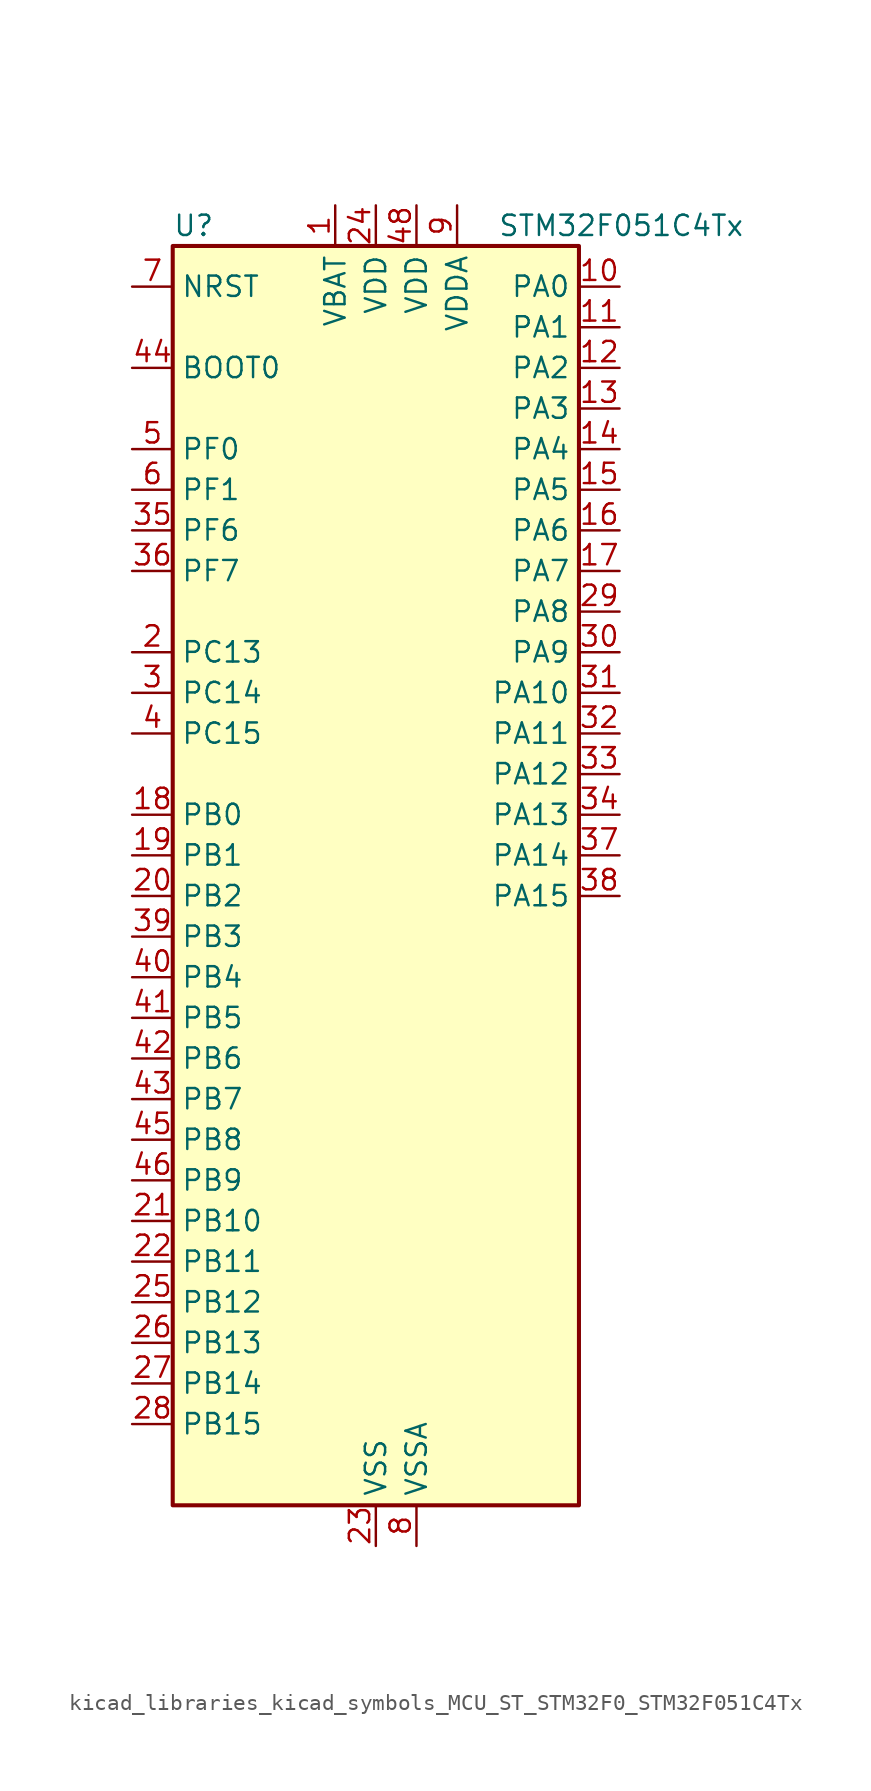
<source format=kicad_sym>
(kicad_symbol_lib
  (version 20220914)
  (generator kicad_symbol_editor)
  (symbol "kicad_libraries_kicad_symbols_MCU_ST_STM32F0_STM32F051C4Tx"
    (property "Reference" "U"
      (at -12.7 41.91 0)
      (effects (font (size 1.27 1.27)) (justify left)))
    (property "Value" "STM32F051C4Tx"
      (at 7.62 41.91 0)
      (effects (font (size 1.27 1.27)) (justify left)))
    (property "ki_locked" ""
      (at 0 0 0)
      (effects (font (size 1.27 1.27))))
    (symbol "kicad_libraries_kicad_symbols_MCU_ST_STM32F0_STM32F051C4Tx_0_1"
      (rectangle (start -12.7 -38.1) (end 12.7 40.64) (stroke (width 0.254) (type default)) (fill (type background))))
    (symbol "kicad_libraries_kicad_symbols_MCU_ST_STM32F0_STM32F051C4Tx_1_1"
      (pin power_in line (at -2.54 43.18 270) (length 2.54) (name "VBAT" (effects (font (size 1.27 1.27)))) (number "1" (effects (font (size 1.27 1.27)))))
      (pin bidirectional line (at 15.24 38.1 180) (length 2.54) (name "PA0" (effects (font (size 1.27 1.27)))) (number "10" (effects (font (size 1.27 1.27)))) (alternate "ADC_IN0" bidirectional line) (alternate "COMP1_INM" bidirectional line) (alternate "COMP1_OUT" bidirectional line) (alternate "RTC_TAMP2" bidirectional line) (alternate "SYS_WKUP1" bidirectional line) (alternate "TIM2_CH1" bidirectional line) (alternate "TIM2_ETR" bidirectional line) (alternate "TSC_G1_IO1" bidirectional line))
      (pin bidirectional line (at 15.24 35.56 180) (length 2.54) (name "PA1" (effects (font (size 1.27 1.27)))) (number "11" (effects (font (size 1.27 1.27)))) (alternate "ADC_IN1" bidirectional line) (alternate "COMP1_INP" bidirectional line) (alternate "TIM2_CH2" bidirectional line) (alternate "TSC_G1_IO2" bidirectional line))
      (pin bidirectional line (at 15.24 33.02 180) (length 2.54) (name "PA2" (effects (font (size 1.27 1.27)))) (number "12" (effects (font (size 1.27 1.27)))) (alternate "ADC_IN2" bidirectional line) (alternate "COMP2_INM" bidirectional line) (alternate "COMP2_OUT" bidirectional line) (alternate "TIM15_CH1" bidirectional line) (alternate "TIM2_CH3" bidirectional line) (alternate "TSC_G1_IO3" bidirectional line))
      (pin bidirectional line (at 15.24 30.48 180) (length 2.54) (name "PA3" (effects (font (size 1.27 1.27)))) (number "13" (effects (font (size 1.27 1.27)))) (alternate "ADC_IN3" bidirectional line) (alternate "COMP2_INP" bidirectional line) (alternate "TIM15_CH2" bidirectional line) (alternate "TIM2_CH4" bidirectional line) (alternate "TSC_G1_IO4" bidirectional line))
      (pin bidirectional line (at 15.24 27.94 180) (length 2.54) (name "PA4" (effects (font (size 1.27 1.27)))) (number "14" (effects (font (size 1.27 1.27)))) (alternate "ADC_IN4" bidirectional line) (alternate "COMP1_INM" bidirectional line) (alternate "COMP2_INM" bidirectional line) (alternate "DAC1_OUT1" bidirectional line) (alternate "I2S1_WS" bidirectional line) (alternate "SPI1_NSS" bidirectional line) (alternate "TIM14_CH1" bidirectional line) (alternate "TSC_G2_IO1" bidirectional line))
      (pin bidirectional line (at 15.24 25.4 180) (length 2.54) (name "PA5" (effects (font (size 1.27 1.27)))) (number "15" (effects (font (size 1.27 1.27)))) (alternate "ADC_IN5" bidirectional line) (alternate "CEC" bidirectional line) (alternate "COMP1_INM" bidirectional line) (alternate "COMP2_INM" bidirectional line) (alternate "I2S1_CK" bidirectional line) (alternate "SPI1_SCK" bidirectional line) (alternate "TIM2_CH1" bidirectional line) (alternate "TIM2_ETR" bidirectional line) (alternate "TSC_G2_IO2" bidirectional line))
      (pin bidirectional line (at 15.24 22.86 180) (length 2.54) (name "PA6" (effects (font (size 1.27 1.27)))) (number "16" (effects (font (size 1.27 1.27)))) (alternate "ADC_IN6" bidirectional line) (alternate "COMP1_OUT" bidirectional line) (alternate "I2S1_MCK" bidirectional line) (alternate "SPI1_MISO" bidirectional line) (alternate "TIM16_CH1" bidirectional line) (alternate "TIM1_BKIN" bidirectional line) (alternate "TIM3_CH1" bidirectional line) (alternate "TSC_G2_IO3" bidirectional line))
      (pin bidirectional line (at 15.24 20.32 180) (length 2.54) (name "PA7" (effects (font (size 1.27 1.27)))) (number "17" (effects (font (size 1.27 1.27)))) (alternate "ADC_IN7" bidirectional line) (alternate "COMP2_OUT" bidirectional line) (alternate "I2S1_SD" bidirectional line) (alternate "SPI1_MOSI" bidirectional line) (alternate "TIM14_CH1" bidirectional line) (alternate "TIM17_CH1" bidirectional line) (alternate "TIM1_CH1N" bidirectional line) (alternate "TIM3_CH2" bidirectional line) (alternate "TSC_G2_IO4" bidirectional line))
      (pin bidirectional line (at -15.24 5.08 0) (length 2.54) (name "PB0" (effects (font (size 1.27 1.27)))) (number "18" (effects (font (size 1.27 1.27)))) (alternate "ADC_IN8" bidirectional line) (alternate "TIM1_CH2N" bidirectional line) (alternate "TIM3_CH3" bidirectional line) (alternate "TSC_G3_IO2" bidirectional line))
      (pin bidirectional line (at -15.24 2.54 0) (length 2.54) (name "PB1" (effects (font (size 1.27 1.27)))) (number "19" (effects (font (size 1.27 1.27)))) (alternate "ADC_IN9" bidirectional line) (alternate "TIM14_CH1" bidirectional line) (alternate "TIM1_CH3N" bidirectional line) (alternate "TIM3_CH4" bidirectional line) (alternate "TSC_G3_IO3" bidirectional line))
      (pin bidirectional line (at -15.24 15.24 0) (length 2.54) (name "PC13" (effects (font (size 1.27 1.27)))) (number "2" (effects (font (size 1.27 1.27)))) (alternate "RTC_OUT_ALARM" bidirectional line) (alternate "RTC_OUT_CALIB" bidirectional line) (alternate "RTC_TAMP1" bidirectional line) (alternate "RTC_TS" bidirectional line) (alternate "SYS_WKUP2" bidirectional line))
      (pin bidirectional line (at -15.24 0 0) (length 2.54) (name "PB2" (effects (font (size 1.27 1.27)))) (number "20" (effects (font (size 1.27 1.27)))) (alternate "TSC_G3_IO4" bidirectional line))
      (pin bidirectional line (at -15.24 -20.32 0) (length 2.54) (name "PB10" (effects (font (size 1.27 1.27)))) (number "21" (effects (font (size 1.27 1.27)))) (alternate "CEC" bidirectional line) (alternate "TIM2_CH3" bidirectional line) (alternate "TSC_SYNC" bidirectional line))
      (pin bidirectional line (at -15.24 -22.86 0) (length 2.54) (name "PB11" (effects (font (size 1.27 1.27)))) (number "22" (effects (font (size 1.27 1.27)))) (alternate "TIM2_CH4" bidirectional line) (alternate "TSC_G6_IO1" bidirectional line))
      (pin power_in line (at 0 -40.64 90) (length 2.54) (name "VSS" (effects (font (size 1.27 1.27)))) (number "23" (effects (font (size 1.27 1.27)))))
      (pin power_in line (at 0 43.18 270) (length 2.54) (name "VDD" (effects (font (size 1.27 1.27)))) (number "24" (effects (font (size 1.27 1.27)))))
      (pin bidirectional line (at -15.24 -25.4 0) (length 2.54) (name "PB12" (effects (font (size 1.27 1.27)))) (number "25" (effects (font (size 1.27 1.27)))) (alternate "TIM1_BKIN" bidirectional line) (alternate "TSC_G6_IO2" bidirectional line))
      (pin bidirectional line (at -15.24 -27.94 0) (length 2.54) (name "PB13" (effects (font (size 1.27 1.27)))) (number "26" (effects (font (size 1.27 1.27)))) (alternate "TIM1_CH1N" bidirectional line) (alternate "TSC_G6_IO3" bidirectional line))
      (pin bidirectional line (at -15.24 -30.48 0) (length 2.54) (name "PB14" (effects (font (size 1.27 1.27)))) (number "27" (effects (font (size 1.27 1.27)))) (alternate "TIM15_CH1" bidirectional line) (alternate "TIM1_CH2N" bidirectional line) (alternate "TSC_G6_IO4" bidirectional line))
      (pin bidirectional line (at -15.24 -33.02 0) (length 2.54) (name "PB15" (effects (font (size 1.27 1.27)))) (number "28" (effects (font (size 1.27 1.27)))) (alternate "RTC_REFIN" bidirectional line) (alternate "TIM15_CH1N" bidirectional line) (alternate "TIM15_CH2" bidirectional line) (alternate "TIM1_CH3N" bidirectional line))
      (pin bidirectional line (at 15.24 17.78 180) (length 2.54) (name "PA8" (effects (font (size 1.27 1.27)))) (number "29" (effects (font (size 1.27 1.27)))) (alternate "RCC_MCO" bidirectional line) (alternate "TIM1_CH1" bidirectional line) (alternate "USART1_CK" bidirectional line))
      (pin bidirectional line (at -15.24 12.7 0) (length 2.54) (name "PC14" (effects (font (size 1.27 1.27)))) (number "3" (effects (font (size 1.27 1.27)))) (alternate "RCC_OSC32_IN" bidirectional line))
      (pin bidirectional line (at 15.24 15.24 180) (length 2.54) (name "PA9" (effects (font (size 1.27 1.27)))) (number "30" (effects (font (size 1.27 1.27)))) (alternate "DAC1_EXTI9" bidirectional line) (alternate "TIM15_BKIN" bidirectional line) (alternate "TIM1_CH2" bidirectional line) (alternate "TSC_G4_IO1" bidirectional line) (alternate "USART1_TX" bidirectional line))
      (pin bidirectional line (at 15.24 12.7 180) (length 2.54) (name "PA10" (effects (font (size 1.27 1.27)))) (number "31" (effects (font (size 1.27 1.27)))) (alternate "TIM17_BKIN" bidirectional line) (alternate "TIM1_CH3" bidirectional line) (alternate "TSC_G4_IO2" bidirectional line) (alternate "USART1_RX" bidirectional line))
      (pin bidirectional line (at 15.24 10.16 180) (length 2.54) (name "PA11" (effects (font (size 1.27 1.27)))) (number "32" (effects (font (size 1.27 1.27)))) (alternate "COMP1_OUT" bidirectional line) (alternate "TIM1_CH4" bidirectional line) (alternate "TSC_G4_IO3" bidirectional line) (alternate "USART1_CTS" bidirectional line))
      (pin bidirectional line (at 15.24 7.62 180) (length 2.54) (name "PA12" (effects (font (size 1.27 1.27)))) (number "33" (effects (font (size 1.27 1.27)))) (alternate "COMP2_OUT" bidirectional line) (alternate "TIM1_ETR" bidirectional line) (alternate "TSC_G4_IO4" bidirectional line) (alternate "USART1_DE" bidirectional line) (alternate "USART1_RTS" bidirectional line))
      (pin bidirectional line (at 15.24 5.08 180) (length 2.54) (name "PA13" (effects (font (size 1.27 1.27)))) (number "34" (effects (font (size 1.27 1.27)))) (alternate "IR_OUT" bidirectional line) (alternate "SYS_SWDIO" bidirectional line))
      (pin bidirectional line (at -15.24 22.86 0) (length 2.54) (name "PF6" (effects (font (size 1.27 1.27)))) (number "35" (effects (font (size 1.27 1.27)))))
      (pin bidirectional line (at -15.24 20.32 0) (length 2.54) (name "PF7" (effects (font (size 1.27 1.27)))) (number "36" (effects (font (size 1.27 1.27)))))
      (pin bidirectional line (at 15.24 2.54 180) (length 2.54) (name "PA14" (effects (font (size 1.27 1.27)))) (number "37" (effects (font (size 1.27 1.27)))) (alternate "SYS_SWCLK" bidirectional line))
      (pin bidirectional line (at 15.24 0 180) (length 2.54) (name "PA15" (effects (font (size 1.27 1.27)))) (number "38" (effects (font (size 1.27 1.27)))) (alternate "I2S1_WS" bidirectional line) (alternate "SPI1_NSS" bidirectional line) (alternate "TIM2_CH1" bidirectional line) (alternate "TIM2_ETR" bidirectional line))
      (pin bidirectional line (at -15.24 -2.54 0) (length 2.54) (name "PB3" (effects (font (size 1.27 1.27)))) (number "39" (effects (font (size 1.27 1.27)))) (alternate "I2S1_CK" bidirectional line) (alternate "SPI1_SCK" bidirectional line) (alternate "TIM2_CH2" bidirectional line) (alternate "TSC_G5_IO1" bidirectional line))
      (pin bidirectional line (at -15.24 10.16 0) (length 2.54) (name "PC15" (effects (font (size 1.27 1.27)))) (number "4" (effects (font (size 1.27 1.27)))) (alternate "RCC_OSC32_OUT" bidirectional line))
      (pin bidirectional line (at -15.24 -5.08 0) (length 2.54) (name "PB4" (effects (font (size 1.27 1.27)))) (number "40" (effects (font (size 1.27 1.27)))) (alternate "I2S1_MCK" bidirectional line) (alternate "SPI1_MISO" bidirectional line) (alternate "TIM3_CH1" bidirectional line) (alternate "TSC_G5_IO2" bidirectional line))
      (pin bidirectional line (at -15.24 -7.62 0) (length 2.54) (name "PB5" (effects (font (size 1.27 1.27)))) (number "41" (effects (font (size 1.27 1.27)))) (alternate "I2C1_SMBA" bidirectional line) (alternate "I2S1_SD" bidirectional line) (alternate "SPI1_MOSI" bidirectional line) (alternate "TIM16_BKIN" bidirectional line) (alternate "TIM3_CH2" bidirectional line))
      (pin bidirectional line (at -15.24 -10.16 0) (length 2.54) (name "PB6" (effects (font (size 1.27 1.27)))) (number "42" (effects (font (size 1.27 1.27)))) (alternate "I2C1_SCL" bidirectional line) (alternate "TIM16_CH1N" bidirectional line) (alternate "TSC_G5_IO3" bidirectional line) (alternate "USART1_TX" bidirectional line))
      (pin bidirectional line (at -15.24 -12.7 0) (length 2.54) (name "PB7" (effects (font (size 1.27 1.27)))) (number "43" (effects (font (size 1.27 1.27)))) (alternate "I2C1_SDA" bidirectional line) (alternate "TIM17_CH1N" bidirectional line) (alternate "TSC_G5_IO4" bidirectional line) (alternate "USART1_RX" bidirectional line))
      (pin input line (at -15.24 33.02 0) (length 2.54) (name "BOOT0" (effects (font (size 1.27 1.27)))) (number "44" (effects (font (size 1.27 1.27)))))
      (pin bidirectional line (at -15.24 -15.24 0) (length 2.54) (name "PB8" (effects (font (size 1.27 1.27)))) (number "45" (effects (font (size 1.27 1.27)))) (alternate "CEC" bidirectional line) (alternate "I2C1_SCL" bidirectional line) (alternate "TIM16_CH1" bidirectional line) (alternate "TSC_SYNC" bidirectional line))
      (pin bidirectional line (at -15.24 -17.78 0) (length 2.54) (name "PB9" (effects (font (size 1.27 1.27)))) (number "46" (effects (font (size 1.27 1.27)))) (alternate "DAC1_EXTI9" bidirectional line) (alternate "I2C1_SDA" bidirectional line) (alternate "IR_OUT" bidirectional line) (alternate "TIM17_CH1" bidirectional line))
      (pin passive line (at 0 -40.64 90) (length 2.54) hide (name "VSS" (effects (font (size 1.27 1.27)))) (number "47" (effects (font (size 1.27 1.27)))))
      (pin power_in line (at 2.54 43.18 270) (length 2.54) (name "VDD" (effects (font (size 1.27 1.27)))) (number "48" (effects (font (size 1.27 1.27)))))
      (pin bidirectional line (at -15.24 27.94 0) (length 2.54) (name "PF0" (effects (font (size 1.27 1.27)))) (number "5" (effects (font (size 1.27 1.27)))) (alternate "RCC_OSC_IN" bidirectional line))
      (pin bidirectional line (at -15.24 25.4 0) (length 2.54) (name "PF1" (effects (font (size 1.27 1.27)))) (number "6" (effects (font (size 1.27 1.27)))) (alternate "RCC_OSC_OUT" bidirectional line))
      (pin input line (at -15.24 38.1 0) (length 2.54) (name "NRST" (effects (font (size 1.27 1.27)))) (number "7" (effects (font (size 1.27 1.27)))))
      (pin power_in line (at 2.54 -40.64 90) (length 2.54) (name "VSSA" (effects (font (size 1.27 1.27)))) (number "8" (effects (font (size 1.27 1.27)))))
      (pin power_in line (at 5.08 43.18 270) (length 2.54) (name "VDDA" (effects (font (size 1.27 1.27)))) (number "9" (effects (font (size 1.27 1.27))))))))
</source>
